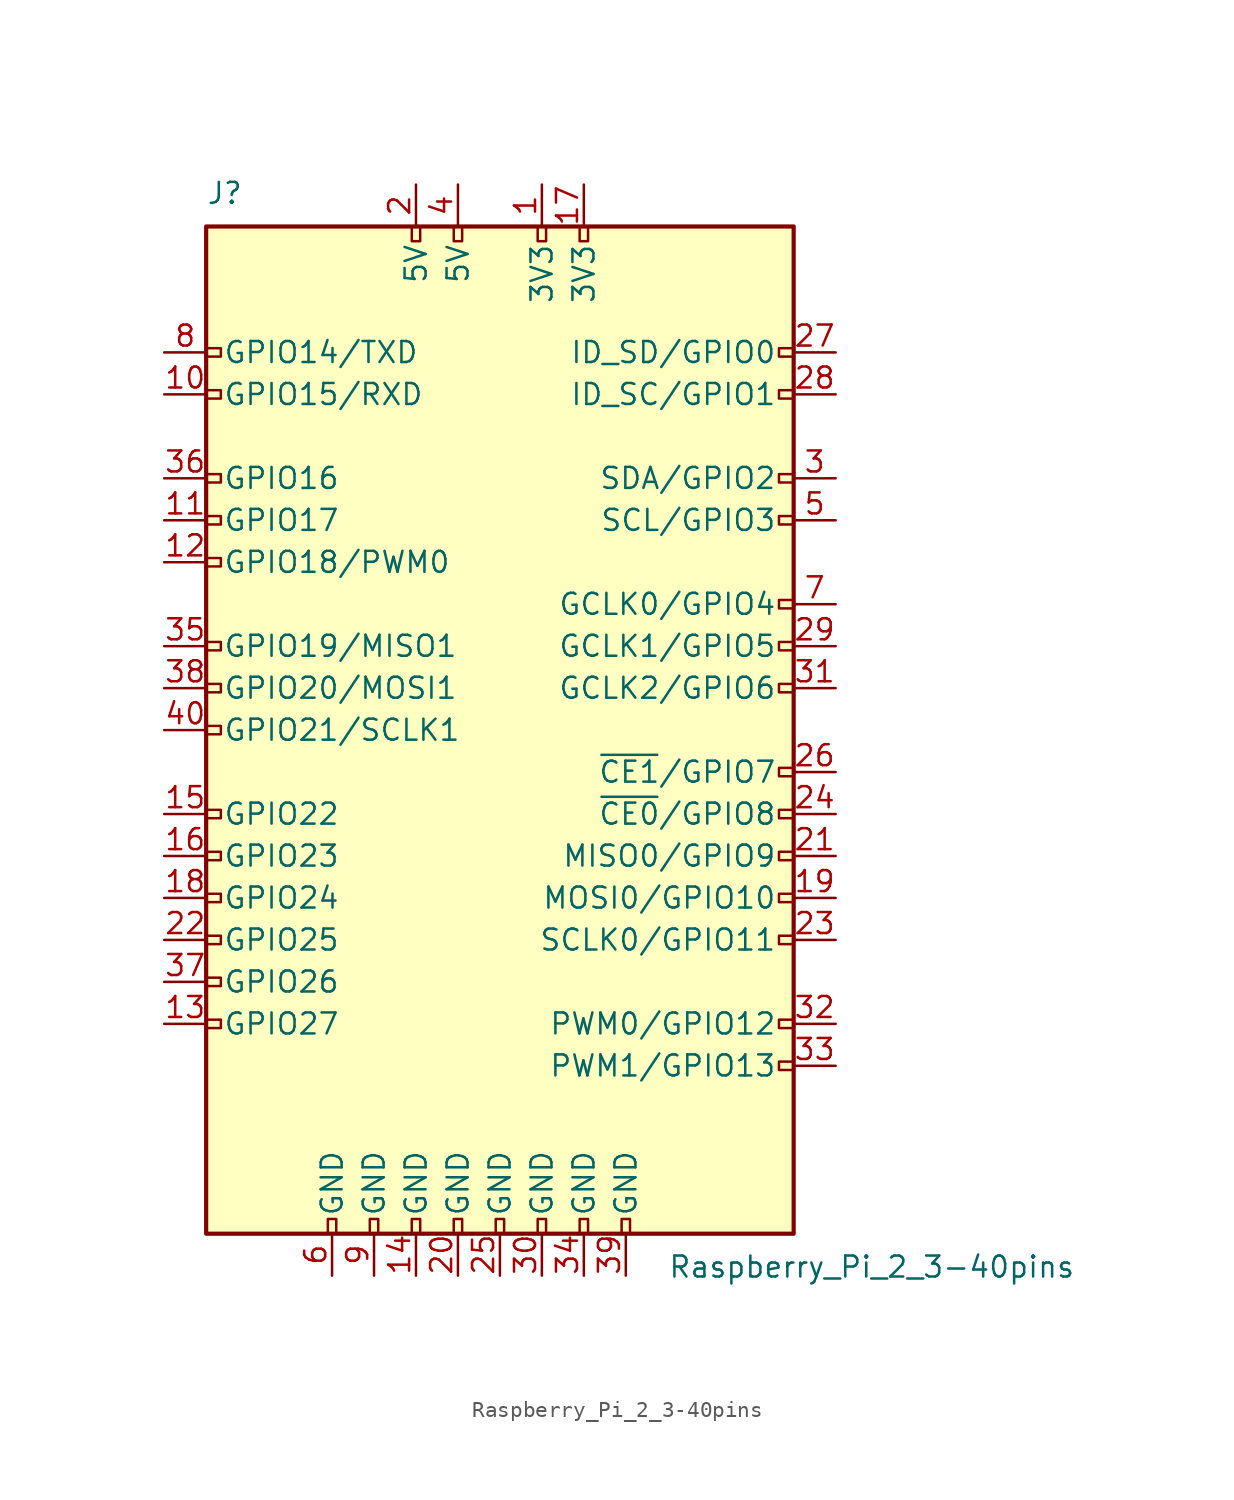
<source format=kicad_sym>
(kicad_symbol_lib
  (version 20231120)
  (generator "kicad_symbol_editor")
  (generator_version "8.0")
  (symbol "Raspberry_Pi_2_3-40pins"
    (pin_names
      (offset 1.016))
    (property "Reference" "J"
      (at -17.78 31.75 0)
      (effects (font (size 1.27 1.27)) (justify left bottom)))
    (property "Value" "Raspberry_Pi_2_3-40pins"
      (at 10.16 -31.75 0)
      (effects (font (size 1.27 1.27)) (justify left top)))
    (symbol "Raspberry_Pi_2_3-40pins_0_1"
      (rectangle (start -17.78 30.48) (end 17.78 -30.48) (stroke (width 0.254) (type solid)) (fill (type background))))
    (symbol "Raspberry_Pi_2_3-40pins_1_1"
      (rectangle (start -16.891 -17.526) (end -17.78 -18.034) (stroke (width 0) (type solid)) (fill (type none)))
      (rectangle (start -16.891 -14.986) (end -17.78 -15.494) (stroke (width 0) (type solid)) (fill (type none)))
      (rectangle (start -16.891 -12.446) (end -17.78 -12.954) (stroke (width 0) (type solid)) (fill (type none)))
      (rectangle (start -16.891 -9.906) (end -17.78 -10.414) (stroke (width 0) (type solid)) (fill (type none)))
      (rectangle (start -16.891 -7.366) (end -17.78 -7.874) (stroke (width 0) (type solid)) (fill (type none)))
      (rectangle (start -16.891 -4.826) (end -17.78 -5.334) (stroke (width 0) (type solid)) (fill (type none)))
      (rectangle (start -16.891 0.254) (end -17.78 -0.254) (stroke (width 0) (type solid)) (fill (type none)))
      (rectangle (start -16.891 2.794) (end -17.78 2.286) (stroke (width 0) (type solid)) (fill (type none)))
      (rectangle (start -16.891 5.334) (end -17.78 4.826) (stroke (width 0) (type solid)) (fill (type none)))
      (rectangle (start -16.891 10.414) (end -17.78 9.906) (stroke (width 0) (type solid)) (fill (type none)))
      (rectangle (start -16.891 12.954) (end -17.78 12.446) (stroke (width 0) (type solid)) (fill (type none)))
      (rectangle (start -16.891 15.494) (end -17.78 14.986) (stroke (width 0) (type solid)) (fill (type none)))
      (rectangle (start -16.891 20.574) (end -17.78 20.066) (stroke (width 0) (type solid)) (fill (type none)))
      (rectangle (start -16.891 23.114) (end -17.78 22.606) (stroke (width 0) (type solid)) (fill (type none)))
      (rectangle (start -10.414 -29.591) (end -9.906 -30.48) (stroke (width 0) (type solid)) (fill (type none)))
      (rectangle (start -7.874 -29.591) (end -7.366 -30.48) (stroke (width 0) (type solid)) (fill (type none)))
      (rectangle (start -5.334 -29.591) (end -4.826 -30.48) (stroke (width 0) (type solid)) (fill (type none)))
      (rectangle (start -5.334 30.48) (end -4.826 29.591) (stroke (width 0) (type solid)) (fill (type none)))
      (rectangle (start -2.794 -29.591) (end -2.286 -30.48) (stroke (width 0) (type solid)) (fill (type none)))
      (rectangle (start -2.794 30.48) (end -2.286 29.591) (stroke (width 0) (type solid)) (fill (type none)))
      (rectangle (start -0.254 -29.591) (end 0.254 -30.48) (stroke (width 0) (type solid)) (fill (type none)))
      (rectangle (start 2.286 -29.591) (end 2.794 -30.48) (stroke (width 0) (type solid)) (fill (type none)))
      (rectangle (start 2.286 30.48) (end 2.794 29.591) (stroke (width 0) (type solid)) (fill (type none)))
      (rectangle (start 4.826 -29.591) (end 5.334 -30.48) (stroke (width 0) (type solid)) (fill (type none)))
      (rectangle (start 4.826 30.48) (end 5.334 29.591) (stroke (width 0) (type solid)) (fill (type none)))
      (rectangle (start 7.366 -29.591) (end 7.874 -30.48) (stroke (width 0) (type solid)) (fill (type none)))
      (rectangle (start 17.78 -20.066) (end 16.891 -20.574) (stroke (width 0) (type solid)) (fill (type none)))
      (rectangle (start 17.78 -17.526) (end 16.891 -18.034) (stroke (width 0) (type solid)) (fill (type none)))
      (rectangle (start 17.78 -12.446) (end 16.891 -12.954) (stroke (width 0) (type solid)) (fill (type none)))
      (rectangle (start 17.78 -9.906) (end 16.891 -10.414) (stroke (width 0) (type solid)) (fill (type none)))
      (rectangle (start 17.78 -7.366) (end 16.891 -7.874) (stroke (width 0) (type solid)) (fill (type none)))
      (rectangle (start 17.78 -4.826) (end 16.891 -5.334) (stroke (width 0) (type solid)) (fill (type none)))
      (rectangle (start 17.78 -2.286) (end 16.891 -2.794) (stroke (width 0) (type solid)) (fill (type none)))
      (rectangle (start 17.78 2.794) (end 16.891 2.286) (stroke (width 0) (type solid)) (fill (type none)))
      (rectangle (start 17.78 5.334) (end 16.891 4.826) (stroke (width 0) (type solid)) (fill (type none)))
      (rectangle (start 17.78 7.874) (end 16.891 7.366) (stroke (width 0) (type solid)) (fill (type none)))
      (rectangle (start 17.78 12.954) (end 16.891 12.446) (stroke (width 0) (type solid)) (fill (type none)))
      (rectangle (start 17.78 15.494) (end 16.891 14.986) (stroke (width 0) (type solid)) (fill (type none)))
      (rectangle (start 17.78 20.574) (end 16.891 20.066) (stroke (width 0) (type solid)) (fill (type none)))
      (rectangle (start 17.78 23.114) (end 16.891 22.606) (stroke (width 0) (type solid)) (fill (type none)))
      (pin power_in line (at 2.54 33.02 270) (length 2.54) (name "3V3" (effects (font (size 1.27 1.27)))) (number "1" (effects (font (size 1.27 1.27)))))
      (pin bidirectional line (at -20.32 20.32 0) (length 2.54) (name "GPIO15/RXD" (effects (font (size 1.27 1.27)))) (number "10" (effects (font (size 1.27 1.27)))))
      (pin bidirectional line (at -20.32 12.7 0) (length 2.54) (name "GPIO17" (effects (font (size 1.27 1.27)))) (number "11" (effects (font (size 1.27 1.27)))))
      (pin bidirectional line (at -20.32 10.16 0) (length 2.54) (name "GPIO18/PWM0" (effects (font (size 1.27 1.27)))) (number "12" (effects (font (size 1.27 1.27)))))
      (pin bidirectional line (at -20.32 -17.78 0) (length 2.54) (name "GPIO27" (effects (font (size 1.27 1.27)))) (number "13" (effects (font (size 1.27 1.27)))))
      (pin power_in line (at -5.08 -33.02 90) (length 2.54) (name "GND" (effects (font (size 1.27 1.27)))) (number "14" (effects (font (size 1.27 1.27)))))
      (pin bidirectional line (at -20.32 -5.08 0) (length 2.54) (name "GPIO22" (effects (font (size 1.27 1.27)))) (number "15" (effects (font (size 1.27 1.27)))))
      (pin bidirectional line (at -20.32 -7.62 0) (length 2.54) (name "GPIO23" (effects (font (size 1.27 1.27)))) (number "16" (effects (font (size 1.27 1.27)))))
      (pin power_in line (at 5.08 33.02 270) (length 2.54) (name "3V3" (effects (font (size 1.27 1.27)))) (number "17" (effects (font (size 1.27 1.27)))))
      (pin bidirectional line (at -20.32 -10.16 0) (length 2.54) (name "GPIO24" (effects (font (size 1.27 1.27)))) (number "18" (effects (font (size 1.27 1.27)))))
      (pin bidirectional line (at 20.32 -10.16 180) (length 2.54) (name "MOSI0/GPIO10" (effects (font (size 1.27 1.27)))) (number "19" (effects (font (size 1.27 1.27)))))
      (pin power_in line (at -5.08 33.02 270) (length 2.54) (name "5V" (effects (font (size 1.27 1.27)))) (number "2" (effects (font (size 1.27 1.27)))))
      (pin power_in line (at -2.54 -33.02 90) (length 2.54) (name "GND" (effects (font (size 1.27 1.27)))) (number "20" (effects (font (size 1.27 1.27)))))
      (pin bidirectional line (at 20.32 -7.62 180) (length 2.54) (name "MISO0/GPIO9" (effects (font (size 1.27 1.27)))) (number "21" (effects (font (size 1.27 1.27)))))
      (pin bidirectional line (at -20.32 -12.7 0) (length 2.54) (name "GPIO25" (effects (font (size 1.27 1.27)))) (number "22" (effects (font (size 1.27 1.27)))))
      (pin bidirectional line (at 20.32 -12.7 180) (length 2.54) (name "SCLK0/GPIO11" (effects (font (size 1.27 1.27)))) (number "23" (effects (font (size 1.27 1.27)))))
      (pin bidirectional line (at 20.32 -5.08 180) (length 2.54) (name "~{CE0}/GPIO8" (effects (font (size 1.27 1.27)))) (number "24" (effects (font (size 1.27 1.27)))))
      (pin power_in line (at 0 -33.02 90) (length 2.54) (name "GND" (effects (font (size 1.27 1.27)))) (number "25" (effects (font (size 1.27 1.27)))))
      (pin bidirectional line (at 20.32 -2.54 180) (length 2.54) (name "~{CE1}/GPIO7" (effects (font (size 1.27 1.27)))) (number "26" (effects (font (size 1.27 1.27)))))
      (pin bidirectional line (at 20.32 22.86 180) (length 2.54) (name "ID_SD/GPIO0" (effects (font (size 1.27 1.27)))) (number "27" (effects (font (size 1.27 1.27)))))
      (pin bidirectional line (at 20.32 20.32 180) (length 2.54) (name "ID_SC/GPIO1" (effects (font (size 1.27 1.27)))) (number "28" (effects (font (size 1.27 1.27)))))
      (pin bidirectional line (at 20.32 5.08 180) (length 2.54) (name "GCLK1/GPIO5" (effects (font (size 1.27 1.27)))) (number "29" (effects (font (size 1.27 1.27)))))
      (pin bidirectional line (at 20.32 15.24 180) (length 2.54) (name "SDA/GPIO2" (effects (font (size 1.27 1.27)))) (number "3" (effects (font (size 1.27 1.27)))))
      (pin power_in line (at 2.54 -33.02 90) (length 2.54) (name "GND" (effects (font (size 1.27 1.27)))) (number "30" (effects (font (size 1.27 1.27)))))
      (pin bidirectional line (at 20.32 2.54 180) (length 2.54) (name "GCLK2/GPIO6" (effects (font (size 1.27 1.27)))) (number "31" (effects (font (size 1.27 1.27)))))
      (pin bidirectional line (at 20.32 -17.78 180) (length 2.54) (name "PWM0/GPIO12" (effects (font (size 1.27 1.27)))) (number "32" (effects (font (size 1.27 1.27)))))
      (pin bidirectional line (at 20.32 -20.32 180) (length 2.54) (name "PWM1/GPIO13" (effects (font (size 1.27 1.27)))) (number "33" (effects (font (size 1.27 1.27)))))
      (pin power_in line (at 5.08 -33.02 90) (length 2.54) (name "GND" (effects (font (size 1.27 1.27)))) (number "34" (effects (font (size 1.27 1.27)))))
      (pin bidirectional line (at -20.32 5.08 0) (length 2.54) (name "GPIO19/MISO1" (effects (font (size 1.27 1.27)))) (number "35" (effects (font (size 1.27 1.27)))))
      (pin bidirectional line (at -20.32 15.24 0) (length 2.54) (name "GPIO16" (effects (font (size 1.27 1.27)))) (number "36" (effects (font (size 1.27 1.27)))))
      (pin bidirectional line (at -20.32 -15.24 0) (length 2.54) (name "GPIO26" (effects (font (size 1.27 1.27)))) (number "37" (effects (font (size 1.27 1.27)))))
      (pin bidirectional line (at -20.32 2.54 0) (length 2.54) (name "GPIO20/MOSI1" (effects (font (size 1.27 1.27)))) (number "38" (effects (font (size 1.27 1.27)))))
      (pin power_in line (at 7.62 -33.02 90) (length 2.54) (name "GND" (effects (font (size 1.27 1.27)))) (number "39" (effects (font (size 1.27 1.27)))))
      (pin power_in line (at -2.54 33.02 270) (length 2.54) (name "5V" (effects (font (size 1.27 1.27)))) (number "4" (effects (font (size 1.27 1.27)))))
      (pin bidirectional line (at -20.32 0 0) (length 2.54) (name "GPIO21/SCLK1" (effects (font (size 1.27 1.27)))) (number "40" (effects (font (size 1.27 1.27)))))
      (pin bidirectional line (at 20.32 12.7 180) (length 2.54) (name "SCL/GPIO3" (effects (font (size 1.27 1.27)))) (number "5" (effects (font (size 1.27 1.27)))))
      (pin power_in line (at -10.16 -33.02 90) (length 2.54) (name "GND" (effects (font (size 1.27 1.27)))) (number "6" (effects (font (size 1.27 1.27)))))
      (pin bidirectional line (at 20.32 7.62 180) (length 2.54) (name "GCLK0/GPIO4" (effects (font (size 1.27 1.27)))) (number "7" (effects (font (size 1.27 1.27)))))
      (pin bidirectional line (at -20.32 22.86 0) (length 2.54) (name "GPIO14/TXD" (effects (font (size 1.27 1.27)))) (number "8" (effects (font (size 1.27 1.27)))))
      (pin power_in line (at -7.62 -33.02 90) (length 2.54) (name "GND" (effects (font (size 1.27 1.27)))) (number "9" (effects (font (size 1.27 1.27))))))))
</source>
